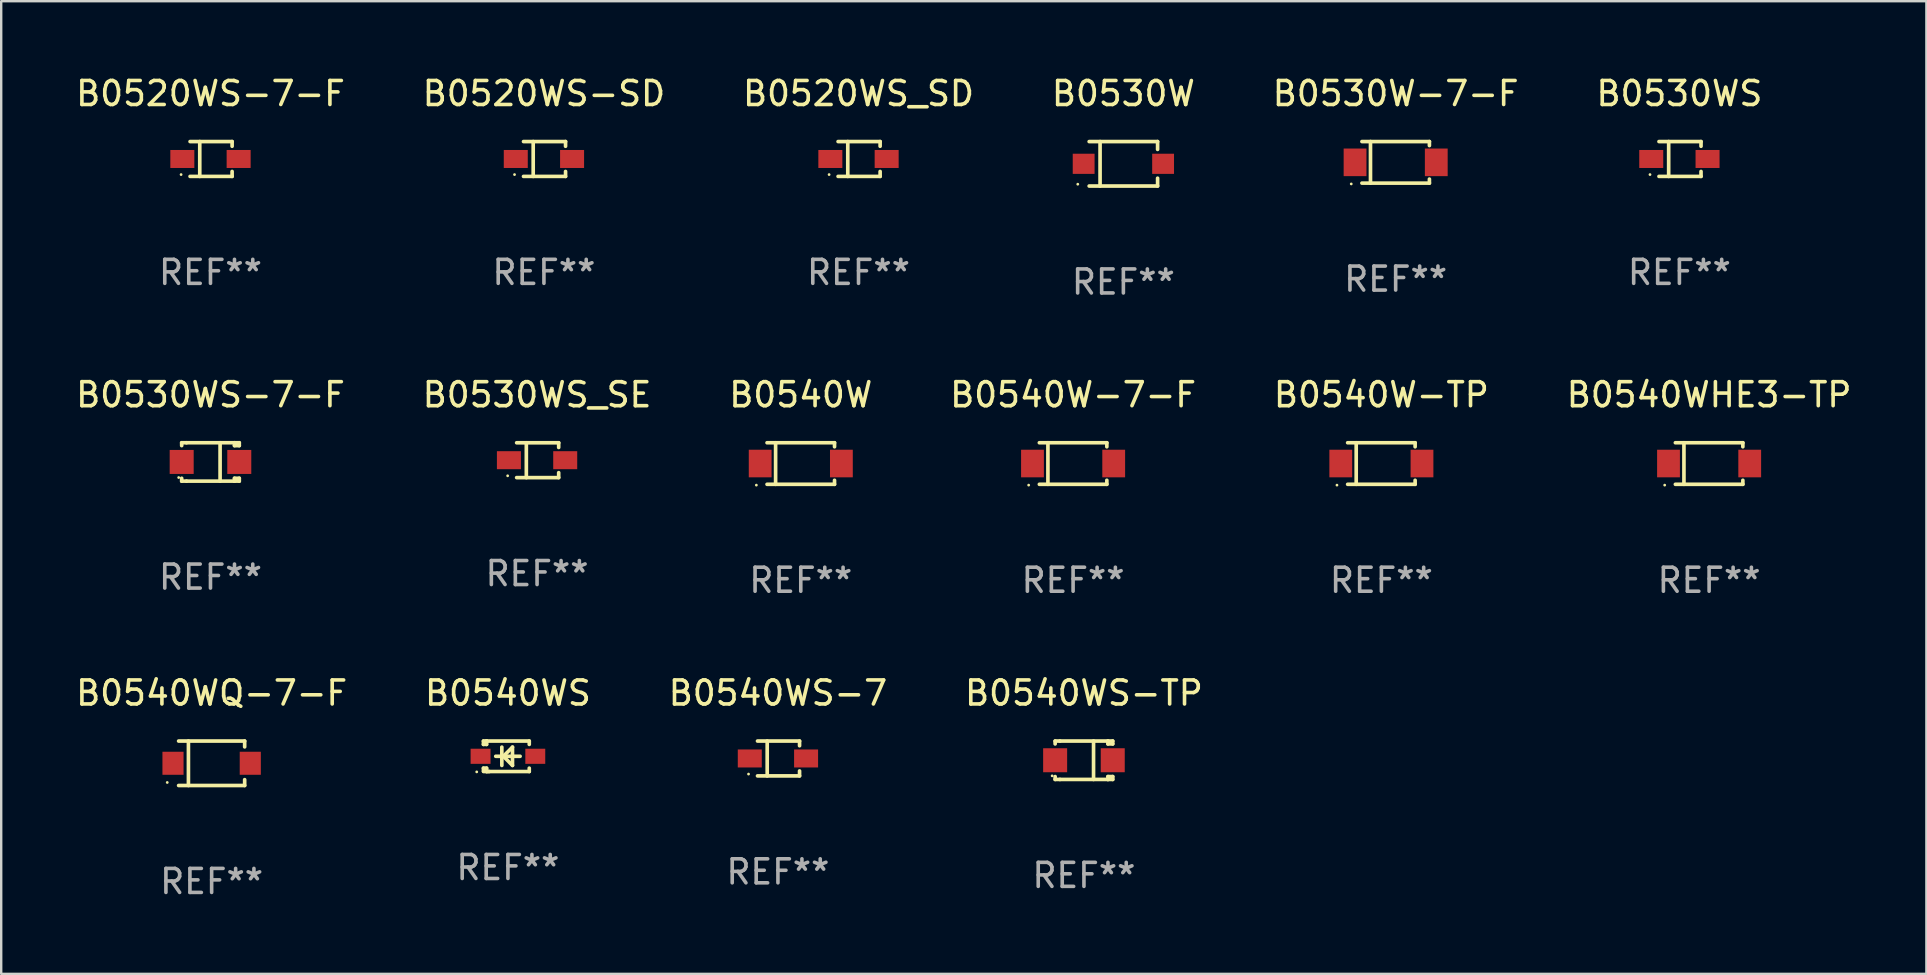
<source format=kicad_pcb>
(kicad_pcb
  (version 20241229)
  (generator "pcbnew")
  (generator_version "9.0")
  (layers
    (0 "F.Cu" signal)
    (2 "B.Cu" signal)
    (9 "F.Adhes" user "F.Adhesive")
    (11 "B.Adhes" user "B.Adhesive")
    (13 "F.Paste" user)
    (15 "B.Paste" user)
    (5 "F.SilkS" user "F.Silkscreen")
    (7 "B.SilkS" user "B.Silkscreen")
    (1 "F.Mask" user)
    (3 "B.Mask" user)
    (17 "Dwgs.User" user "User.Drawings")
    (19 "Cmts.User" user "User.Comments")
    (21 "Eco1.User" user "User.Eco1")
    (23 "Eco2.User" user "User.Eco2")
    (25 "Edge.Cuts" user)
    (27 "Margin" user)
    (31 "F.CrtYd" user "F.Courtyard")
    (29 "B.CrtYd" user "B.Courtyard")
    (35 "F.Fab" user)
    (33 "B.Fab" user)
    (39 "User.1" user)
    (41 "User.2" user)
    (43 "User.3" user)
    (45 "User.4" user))
  (footprint "B0540WS"
    (layer "F.Cu")
    (at 18.113 28.461)
    (property "Reference" "B0540WS" (at 0 -2.635 0) (layer "F.SilkS") (effects (font (size 1 1) (thickness 0.15))))
    (attr through_hole)
    (fp_line (start -1.02 -0.635) (end -1.02 -0.495) (stroke (width 0.152) (type solid)) (layer "F.SilkS"))
    (fp_line (start -1.02 -0.495) (end -0.889 -0.495) (stroke (width 0.152) (type solid)) (layer "F.SilkS"))
    (fp_line (start -1.02 0.495) (end -1.02 0.62) (stroke (width 0.152) (type solid)) (layer "F.SilkS"))
    (fp_line (start -1.02 0.495) (end -0.889 0.495) (stroke (width 0.152) (type solid)) (layer "F.SilkS"))
    (fp_line (start -0.889 -0.635) (end -1.02 -0.635) (stroke (width 0.152) (type solid)) (layer "F.SilkS"))
    (fp_line (start -0.889 -0.635) (end -0.889 -0.595) (stroke (width 0.152) (type solid)) (layer "F.SilkS"))
    (fp_line (start -0.889 -0.635) (end 0.889 -0.635) (stroke (width 0.152) (type solid)) (layer "F.SilkS"))
    (fp_line (start -0.889 -0.495) (end -0.889 -0.635) (stroke (width 0.152) (type solid)) (layer "F.SilkS"))
    (fp_line (start -0.889 0.595) (end -0.889 0.495) (stroke (width 0.152) (type solid)) (layer "F.SilkS"))
    (fp_line (start -0.889 0.595) (end -0.889 0.635) (stroke (width 0.152) (type solid)) (layer "F.SilkS"))
    (fp_line (start -0.889 0.635) (end 0.889 0.635) (stroke (width 0.152) (type solid)) (layer "F.SilkS"))
    (fp_line (start -0.776 0.635) (end -1.014 0.635) (stroke (width 0.152) (type solid)) (layer "F.SilkS"))
    (fp_line (start -0.254 -0.381) (end -0.254 0.381) (stroke (width 0.152) (type solid)) (layer "F.SilkS"))
    (fp_line (start -0.191 0) (end 0.19 -0.381) (stroke (width 0.152) (type solid)) (layer "F.SilkS"))
    (fp_line (start 0.19 -0.381) (end 0.19 0.381) (stroke (width 0.152) (type solid)) (layer "F.SilkS"))
    (fp_line (start 0.19 0.381) (end -0.191 0) (stroke (width 0.152) (type solid)) (layer "F.SilkS"))
    (fp_line (start 0.508 0) (end -0.508 0) (stroke (width 0.152) (type solid)) (layer "F.SilkS"))
    (fp_line (start 0.889 -0.635) (end 0.889 -0.495) (stroke (width 0.152) (type solid)) (layer "F.SilkS"))
    (fp_line (start 0.889 0.495) (end 0.889 0.635) (stroke (width 0.152) (type solid)) (layer "F.SilkS"))
    (fp_circle (center -1.3 0.65) (end -1.27 0.65) (stroke (width 0.06) (type solid)) (fill no) (layer "F.SilkS"))
    (fp_text user "REF**" (at 0 4.635 0) (layer "F.Fab") (effects (font (size 1 1) (thickness 0.15))))
    (pad "1" smd rect (at -1.14 0 90) (size 0.63 0.83) (layers "F.Cu" "F.Mask" "F.Paste"))
    (pad "2" smd rect (at 1.14 0 90) (size 0.63 0.83) (layers "F.Cu" "F.Mask" "F.Paste")))
  (footprint "B0540W-7-F"
    (layer "F.Cu")
    (at 41.661 16.263)
    (property "Reference" "B0540W-7-F" (at 0 -2.866 0) (layer "F.SilkS") (effects (font (size 1 1) (thickness 0.15))))
    (attr through_hole)
    (fp_line (start -1.406 -0.866) (end 1.406 -0.866) (stroke (width 0.152) (type solid)) (layer "F.SilkS"))
    (fp_line (start -1.406 0.866) (end 1.406 0.866) (stroke (width 0.152) (type solid)) (layer "F.SilkS"))
    (fp_line (start -1.049 -0.866) (end -1.049 0.866) (stroke (width 0.152) (type solid)) (layer "F.SilkS"))
    (fp_line (start 1.406 -0.866) (end 1.406 -0.698) (stroke (width 0.152) (type solid)) (layer "F.SilkS"))
    (fp_line (start 1.406 0.866) (end 1.406 0.698) (stroke (width 0.152) (type solid)) (layer "F.SilkS"))
    (fp_circle (center -1.851 0.9) (end -1.821 0.9) (stroke (width 0.06) (type solid)) (fill no) (layer "F.SilkS"))
    (fp_text user "REF**" (at 0 4.866 0) (layer "F.Fab") (effects (font (size 1 1) (thickness 0.15))))
    (pad "1" smd rect (at -1.692 0) (size 0.95 1.15) (layers "F.Cu" "F.Mask" "F.Paste"))
    (pad "2" smd rect (at 1.692 0) (size 0.95 1.15) (layers "F.Cu" "F.Mask" "F.Paste")))
  (footprint "B0540WHE3-TP"
    (layer "F.Cu")
    (at 68.161 16.263)
    (property "Reference" "B0540WHE3-TP" (at 0 -2.866 0) (layer "F.SilkS") (effects (font (size 1 1) (thickness 0.15))))
    (attr through_hole)
    (fp_line (start -1.406 -0.866) (end 1.406 -0.866) (stroke (width 0.152) (type solid)) (layer "F.SilkS"))
    (fp_line (start -1.406 0.866) (end 1.406 0.866) (stroke (width 0.152) (type solid)) (layer "F.SilkS"))
    (fp_line (start -1.049 -0.866) (end -1.049 0.866) (stroke (width 0.152) (type solid)) (layer "F.SilkS"))
    (fp_line (start 1.406 -0.866) (end 1.406 -0.698) (stroke (width 0.152) (type solid)) (layer "F.SilkS"))
    (fp_line (start 1.406 0.866) (end 1.406 0.698) (stroke (width 0.152) (type solid)) (layer "F.SilkS"))
    (fp_circle (center -1.851 0.9) (end -1.821 0.9) (stroke (width 0.06) (type solid)) (fill no) (layer "F.SilkS"))
    (fp_text user "REF**" (at 0 4.866 0) (layer "F.Fab") (effects (font (size 1 1) (thickness 0.15))))
    (pad "1" smd rect (at -1.692 0) (size 0.95 1.15) (layers "F.Cu" "F.Mask" "F.Paste"))
    (pad "2" smd rect (at 1.692 0) (size 0.95 1.15) (layers "F.Cu" "F.Mask" "F.Paste")))
  (footprint "B0540W"
    (layer "F.Cu")
    (at 30.315 16.263)
    (property "Reference" "B0540W" (at 0 -2.866 0) (layer "F.SilkS") (effects (font (size 1 1) (thickness 0.15))))
    (attr through_hole)
    (fp_line (start -1.406 -0.866) (end 1.406 -0.866) (stroke (width 0.152) (type solid)) (layer "F.SilkS"))
    (fp_line (start -1.406 0.866) (end 1.406 0.866) (stroke (width 0.152) (type solid)) (layer "F.SilkS"))
    (fp_line (start -1.049 -0.866) (end -1.049 0.866) (stroke (width 0.152) (type solid)) (layer "F.SilkS"))
    (fp_line (start 1.406 -0.866) (end 1.406 -0.698) (stroke (width 0.152) (type solid)) (layer "F.SilkS"))
    (fp_line (start 1.406 0.866) (end 1.406 0.698) (stroke (width 0.152) (type solid)) (layer "F.SilkS"))
    (fp_circle (center -1.851 0.9) (end -1.821 0.9) (stroke (width 0.06) (type solid)) (fill no) (layer "F.SilkS"))
    (fp_text user "REF**" (at 0 4.866 0) (layer "F.Fab") (effects (font (size 1 1) (thickness 0.15))))
    (pad "1" smd rect (at -1.692 0) (size 0.95 1.15) (layers "F.Cu" "F.Mask" "F.Paste"))
    (pad "2" smd rect (at 1.692 0) (size 0.95 1.15) (layers "F.Cu" "F.Mask" "F.Paste")))
  (footprint "B0530W-7-F"
    (layer "F.Cu")
    (at 55.101 3.714)
    (property "Reference" "B0530W-7-F" (at 0 -2.866 0) (layer "F.SilkS") (effects (font (size 1 1) (thickness 0.15))))
    (attr through_hole)
    (fp_line (start -1.406 -0.866) (end 1.406 -0.866) (stroke (width 0.152) (type solid)) (layer "F.SilkS"))
    (fp_line (start -1.406 0.866) (end 1.406 0.866) (stroke (width 0.152) (type solid)) (layer "F.SilkS"))
    (fp_line (start -1.049 -0.866) (end -1.049 0.866) (stroke (width 0.152) (type solid)) (layer "F.SilkS"))
    (fp_line (start 1.406 -0.866) (end 1.406 -0.698) (stroke (width 0.152) (type solid)) (layer "F.SilkS"))
    (fp_line (start 1.406 0.866) (end 1.406 0.698) (stroke (width 0.152) (type solid)) (layer "F.SilkS"))
    (fp_circle (center -1.851 0.9) (end -1.821 0.9) (stroke (width 0.06) (type solid)) (fill no) (layer "F.SilkS"))
    (fp_text user "REF**" (at 0 4.866 0) (layer "F.Fab") (effects (font (size 1 1) (thickness 0.15))))
    (pad "1" smd rect (at -1.692 0) (size 0.95 1.15) (layers "F.Cu" "F.Mask" "F.Paste"))
    (pad "2" smd rect (at 1.692 0) (size 0.95 1.15) (layers "F.Cu" "F.Mask" "F.Paste")))
  (footprint "B0540WQ-7-F"
    (layer "F.Cu")
    (at 5.768 28.752)
    (property "Reference" "B0540WQ-7-F" (at 0 -2.926 0) (layer "F.SilkS") (effects (font (size 1 1) (thickness 0.15))))
    (attr through_hole)
    (fp_line (start -1.376 -0.926) (end 1.376 -0.926) (stroke (width 0.152) (type solid)) (layer "F.SilkS"))
    (fp_line (start -1.376 0.926) (end 1.376 0.926) (stroke (width 0.152) (type solid)) (layer "F.SilkS"))
    (fp_line (start -0.967 -0.926) (end -0.967 0.926) (stroke (width 0.152) (type solid)) (layer "F.SilkS"))
    (fp_line (start 1.376 -0.926) (end 1.376 -0.683) (stroke (width 0.152) (type solid)) (layer "F.SilkS"))
    (fp_line (start 1.376 0.926) (end 1.376 0.683) (stroke (width 0.152) (type solid)) (layer "F.SilkS"))
    (fp_circle (center -1.85 0.8) (end -1.82 0.8) (stroke (width 0.06) (type solid)) (fill no) (layer "F.SilkS"))
    (fp_text user "REF**" (at 0 4.926 0) (layer "F.Fab") (effects (font (size 1 1) (thickness 0.15))))
    (pad "1" smd rect (at -1.61 -0.000076) (size 0.88 0.96) (layers "F.Cu" "F.Mask" "F.Paste"))
    (pad "2" smd rect (at 1.61 -0.000076) (size 0.88 0.96) (layers "F.Cu" "F.Mask" "F.Paste")))
  (footprint "B0520WS-7-F"
    (layer "F.Cu")
    (at 5.72 3.574)
    (property "Reference" "B0520WS-7-F" (at 0 -2.726 0) (layer "F.SilkS") (effects (font (size 1 1) (thickness 0.15))))
    (attr through_hole)
    (fp_line (start -0.851 -0.726) (end 0.901 -0.726) (stroke (width 0.152) (type solid)) (layer "F.SilkS"))
    (fp_line (start -0.851 0.726) (end 0.901 0.726) (stroke (width 0.152) (type solid)) (layer "F.SilkS"))
    (fp_line (start -0.447 -0.726) (end -0.447 0.726) (stroke (width 0.152) (type solid)) (layer "F.SilkS"))
    (fp_line (start 0.901 -0.726) (end 0.901 -0.53) (stroke (width 0.152) (type solid)) (layer "F.SilkS"))
    (fp_line (start 0.901 0.726) (end 0.901 0.52) (stroke (width 0.152) (type solid)) (layer "F.SilkS"))
    (fp_circle (center -1.225 0.65) (end -1.195 0.65) (stroke (width 0.06) (type solid)) (fill no) (layer "F.SilkS"))
    (fp_text user "REF**" (at 0 4.726 0) (layer "F.Fab") (effects (font (size 1 1) (thickness 0.15))))
    (pad "1" smd rect (at -1.173 0) (size 1 0.75) (layers "F.Cu" "F.Mask" "F.Paste"))
    (pad "2" smd rect (at 1.173 0) (size 1 0.75) (layers "F.Cu" "F.Mask" "F.Paste")))
  (footprint "B0530WS-7-F"
    (layer "F.Cu")
    (at 5.72 16.197)
    (property "Reference" "B0530WS-7-F" (at 0 -2.8 0) (layer "F.SilkS") (effects (font (size 1 1) (thickness 0.15))))
    (attr through_hole)
    (fp_line (start -1.2 -0.8) (end -1.2 -0.68) (stroke (width 0.152) (type solid)) (layer "F.SilkS"))
    (fp_line (start -1.2 0.68) (end -1.2 0.8) (stroke (width 0.152) (type solid)) (layer "F.SilkS"))
    (fp_line (start -1.2 0.8) (end -1 0.8) (stroke (width 0.152) (type solid)) (layer "F.SilkS"))
    (fp_line (start -1 -0.8) (end -1.2 -0.8) (stroke (width 0.152) (type solid)) (layer "F.SilkS"))
    (fp_line (start -1 -0.8) (end 1 -0.8) (stroke (width 0.152) (type solid)) (layer "F.SilkS"))
    (fp_line (start -1 0.8) (end 1 0.8) (stroke (width 0.152) (type solid)) (layer "F.SilkS"))
    (fp_line (start 0.4 -0.8) (end 0.4 0.8) (stroke (width 0.152) (type solid)) (layer "F.SilkS"))
    (fp_line (start 1 -0.8) (end 1 -0.68) (stroke (width 0.152) (type solid)) (layer "F.SilkS"))
    (fp_line (start 1 -0.8) (end 1.2 -0.8) (stroke (width 0.152) (type solid)) (layer "F.SilkS"))
    (fp_line (start 1 0.68) (end 1 0.8) (stroke (width 0.152) (type solid)) (layer "F.SilkS"))
    (fp_line (start 1 0.68) (end 1.2 0.68) (stroke (width 0.152) (type solid)) (layer "F.SilkS"))
    (fp_line (start 1.2 -0.8) (end 1.2 -0.68) (stroke (width 0.152) (type solid)) (layer "F.SilkS"))
    (fp_line (start 1.2 -0.68) (end 1 -0.68) (stroke (width 0.152) (type solid)) (layer "F.SilkS"))
    (fp_line (start 1.2 0.68) (end 1.2 0.8) (stroke (width 0.152) (type solid)) (layer "F.SilkS"))
    (fp_line (start 1.2 0.8) (end 1 0.8) (stroke (width 0.152) (type solid)) (layer "F.SilkS"))
    (fp_circle (center -1.325 0.65) (end -1.295 0.65) (stroke (width 0.06) (type solid)) (fill no) (layer "F.SilkS"))
    (fp_text user "REF**" (at 0 4.8 0) (layer "F.Fab") (effects (font (size 1 1) (thickness 0.15))))
    (pad "1" smd rect (at -1.2 0 180) (size 1 1) (layers "F.Cu" "F.Mask" "F.Paste"))
    (pad "2" smd rect (at 1.2 0 180) (size 1 1) (layers "F.Cu" "F.Mask" "F.Paste")))
  (footprint "B0530WS_SE"
    (layer "F.Cu")
    (at 19.327 16.124)
    (property "Reference" "B0530WS_SE" (at 0 -2.726 0) (layer "F.SilkS") (effects (font (size 1 1) (thickness 0.15))))
    (attr through_hole)
    (fp_line (start -0.851 -0.726) (end 0.901 -0.726) (stroke (width 0.152) (type solid)) (layer "F.SilkS"))
    (fp_line (start -0.851 0.726) (end 0.901 0.726) (stroke (width 0.152) (type solid)) (layer "F.SilkS"))
    (fp_line (start -0.447 -0.726) (end -0.447 0.726) (stroke (width 0.152) (type solid)) (layer "F.SilkS"))
    (fp_line (start 0.901 -0.726) (end 0.901 -0.53) (stroke (width 0.152) (type solid)) (layer "F.SilkS"))
    (fp_line (start 0.901 0.726) (end 0.901 0.52) (stroke (width 0.152) (type solid)) (layer "F.SilkS"))
    (fp_circle (center -1.225 0.65) (end -1.195 0.65) (stroke (width 0.06) (type solid)) (fill no) (layer "F.SilkS"))
    (fp_text user "REF**" (at 0 4.726 0) (layer "F.Fab") (effects (font (size 1 1) (thickness 0.15))))
    (pad "1" smd rect (at -1.173 0) (size 1 0.75) (layers "F.Cu" "F.Mask" "F.Paste"))
    (pad "2" smd rect (at 1.173 0) (size 1 0.75) (layers "F.Cu" "F.Mask" "F.Paste")))
  (footprint "B0520WS-SD"
    (layer "F.Cu")
    (at 19.613 3.574)
    (property "Reference" "B0520WS-SD" (at 0 -2.726 0) (layer "F.SilkS") (effects (font (size 1 1) (thickness 0.15))))
    (attr through_hole)
    (fp_line (start -0.851 -0.726) (end 0.901 -0.726) (stroke (width 0.152) (type solid)) (layer "F.SilkS"))
    (fp_line (start -0.851 0.726) (end 0.901 0.726) (stroke (width 0.152) (type solid)) (layer "F.SilkS"))
    (fp_line (start -0.447 -0.726) (end -0.447 0.726) (stroke (width 0.152) (type solid)) (layer "F.SilkS"))
    (fp_line (start 0.901 -0.726) (end 0.901 -0.53) (stroke (width 0.152) (type solid)) (layer "F.SilkS"))
    (fp_line (start 0.901 0.726) (end 0.901 0.52) (stroke (width 0.152) (type solid)) (layer "F.SilkS"))
    (fp_circle (center -1.225 0.65) (end -1.195 0.65) (stroke (width 0.06) (type solid)) (fill no) (layer "F.SilkS"))
    (fp_text user "REF**" (at 0 4.726 0) (layer "F.Fab") (effects (font (size 1 1) (thickness 0.15))))
    (pad "1" smd rect (at -1.173 0) (size 1 0.75) (layers "F.Cu" "F.Mask" "F.Paste"))
    (pad "2" smd rect (at 1.173 0) (size 1 0.75) (layers "F.Cu" "F.Mask" "F.Paste")))
  (footprint "B0530WS"
    (layer "F.Cu")
    (at 66.923 3.574)
    (property "Reference" "B0530WS" (at 0 -2.726 0) (layer "F.SilkS") (effects (font (size 1 1) (thickness 0.15))))
    (attr through_hole)
    (fp_line (start -0.851 -0.726) (end 0.901 -0.726) (stroke (width 0.152) (type solid)) (layer "F.SilkS"))
    (fp_line (start -0.851 0.726) (end 0.901 0.726) (stroke (width 0.152) (type solid)) (layer "F.SilkS"))
    (fp_line (start -0.447 -0.726) (end -0.447 0.726) (stroke (width 0.152) (type solid)) (layer "F.SilkS"))
    (fp_line (start 0.901 -0.726) (end 0.901 -0.53) (stroke (width 0.152) (type solid)) (layer "F.SilkS"))
    (fp_line (start 0.901 0.726) (end 0.901 0.52) (stroke (width 0.152) (type solid)) (layer "F.SilkS"))
    (fp_circle (center -1.225 0.65) (end -1.195 0.65) (stroke (width 0.06) (type solid)) (fill no) (layer "F.SilkS"))
    (fp_text user "REF**" (at 0 4.726 0) (layer "F.Fab") (effects (font (size 1 1) (thickness 0.15))))
    (pad "1" smd rect (at -1.173 0) (size 1 0.75) (layers "F.Cu" "F.Mask" "F.Paste"))
    (pad "2" smd rect (at 1.173 0) (size 1 0.75) (layers "F.Cu" "F.Mask" "F.Paste")))
  (footprint "B0540W-TP"
    (layer "F.Cu")
    (at 54.506 16.263)
    (property "Reference" "B0540W-TP" (at 0 -2.866 0) (layer "F.SilkS") (effects (font (size 1 1) (thickness 0.15))))
    (attr through_hole)
    (fp_line (start -1.406 -0.866) (end 1.406 -0.866) (stroke (width 0.152) (type solid)) (layer "F.SilkS"))
    (fp_line (start -1.406 0.866) (end 1.406 0.866) (stroke (width 0.152) (type solid)) (layer "F.SilkS"))
    (fp_line (start -1.049 -0.866) (end -1.049 0.866) (stroke (width 0.152) (type solid)) (layer "F.SilkS"))
    (fp_line (start 1.406 -0.866) (end 1.406 -0.698) (stroke (width 0.152) (type solid)) (layer "F.SilkS"))
    (fp_line (start 1.406 0.866) (end 1.406 0.698) (stroke (width 0.152) (type solid)) (layer "F.SilkS"))
    (fp_circle (center -1.851 0.9) (end -1.821 0.9) (stroke (width 0.06) (type solid)) (fill no) (layer "F.SilkS"))
    (fp_text user "REF**" (at 0 4.866 0) (layer "F.Fab") (effects (font (size 1 1) (thickness 0.15))))
    (pad "1" smd rect (at -1.692 0) (size 0.95 1.15) (layers "F.Cu" "F.Mask" "F.Paste"))
    (pad "2" smd rect (at 1.692 0) (size 0.95 1.15) (layers "F.Cu" "F.Mask" "F.Paste")))
  (footprint "B0540WS-TP"
    (layer "F.Cu")
    (at 42.113 28.626)
    (property "Reference" "B0540WS-TP" (at 0 -2.8 0) (layer "F.SilkS") (effects (font (size 1 1) (thickness 0.15))))
    (attr through_hole)
    (fp_line (start -1.2 -0.8) (end -1.2 -0.68) (stroke (width 0.152) (type solid)) (layer "F.SilkS"))
    (fp_line (start -1.2 0.68) (end -1.2 0.8) (stroke (width 0.152) (type solid)) (layer "F.SilkS"))
    (fp_line (start -1.2 0.8) (end -1 0.8) (stroke (width 0.152) (type solid)) (layer "F.SilkS"))
    (fp_line (start -1 -0.8) (end -1.2 -0.8) (stroke (width 0.152) (type solid)) (layer "F.SilkS"))
    (fp_line (start -1 -0.8) (end 1 -0.8) (stroke (width 0.152) (type solid)) (layer "F.SilkS"))
    (fp_line (start -1 0.8) (end 1 0.8) (stroke (width 0.152) (type solid)) (layer "F.SilkS"))
    (fp_line (start 0.4 -0.8) (end 0.4 0.8) (stroke (width 0.152) (type solid)) (layer "F.SilkS"))
    (fp_line (start 1 -0.8) (end 1 -0.68) (stroke (width 0.152) (type solid)) (layer "F.SilkS"))
    (fp_line (start 1 -0.8) (end 1.2 -0.8) (stroke (width 0.152) (type solid)) (layer "F.SilkS"))
    (fp_line (start 1 0.68) (end 1 0.8) (stroke (width 0.152) (type solid)) (layer "F.SilkS"))
    (fp_line (start 1 0.68) (end 1.2 0.68) (stroke (width 0.152) (type solid)) (layer "F.SilkS"))
    (fp_line (start 1.2 -0.8) (end 1.2 -0.68) (stroke (width 0.152) (type solid)) (layer "F.SilkS"))
    (fp_line (start 1.2 -0.68) (end 1 -0.68) (stroke (width 0.152) (type solid)) (layer "F.SilkS"))
    (fp_line (start 1.2 0.68) (end 1.2 0.8) (stroke (width 0.152) (type solid)) (layer "F.SilkS"))
    (fp_line (start 1.2 0.8) (end 1 0.8) (stroke (width 0.152) (type solid)) (layer "F.SilkS"))
    (fp_circle (center -1.325 0.65) (end -1.295 0.65) (stroke (width 0.06) (type solid)) (fill no) (layer "F.SilkS"))
    (fp_text user "REF**" (at 0 4.8 0) (layer "F.Fab") (effects (font (size 1 1) (thickness 0.15))))
    (pad "1" smd rect (at -1.2 0 180) (size 1 1) (layers "F.Cu" "F.Mask" "F.Paste"))
    (pad "2" smd rect (at 1.2 0 180) (size 1 1) (layers "F.Cu" "F.Mask" "F.Paste")))
  (footprint "B0520WS_SD"
    (layer "F.Cu")
    (at 32.72 3.574)
    (property "Reference" "B0520WS_SD" (at 0 -2.726 0) (layer "F.SilkS") (effects (font (size 1 1) (thickness 0.15))))
    (attr through_hole)
    (fp_line (start -0.851 -0.726) (end 0.901 -0.726) (stroke (width 0.152) (type solid)) (layer "F.SilkS"))
    (fp_line (start -0.851 0.726) (end 0.901 0.726) (stroke (width 0.152) (type solid)) (layer "F.SilkS"))
    (fp_line (start -0.447 -0.726) (end -0.447 0.726) (stroke (width 0.152) (type solid)) (layer "F.SilkS"))
    (fp_line (start 0.901 -0.726) (end 0.901 -0.53) (stroke (width 0.152) (type solid)) (layer "F.SilkS"))
    (fp_line (start 0.901 0.726) (end 0.901 0.52) (stroke (width 0.152) (type solid)) (layer "F.SilkS"))
    (fp_circle (center -1.225 0.65) (end -1.195 0.65) (stroke (width 0.06) (type solid)) (fill no) (layer "F.SilkS"))
    (fp_text user "REF**" (at 0 4.726 0) (layer "F.Fab") (effects (font (size 1 1) (thickness 0.15))))
    (pad "1" smd rect (at -1.173 0) (size 1 0.75) (layers "F.Cu" "F.Mask" "F.Paste"))
    (pad "2" smd rect (at 1.173 0) (size 1 0.75) (layers "F.Cu" "F.Mask" "F.Paste")))
  (footprint "B0530W"
    (layer "F.Cu")
    (at 43.756 3.775)
    (property "Reference" "B0530W" (at 0 -2.926 0) (layer "F.SilkS") (effects (font (size 1 1) (thickness 0.15))))
    (attr through_hole)
    (fp_line (start -1.426 0.926) (end 1.426 0.926) (stroke (width 0.152) (type solid)) (layer "F.SilkS"))
    (fp_line (start -1.426 -0.926) (end 1.426 -0.926) (stroke (width 0.152) (type solid)) (layer "F.SilkS"))
    (fp_line (start -0.971 0.926) (end -0.971 -0.926) (stroke (width 0.152) (type solid)) (layer "F.SilkS"))
    (fp_line (start 1.426 -0.926) (end 1.426 -0.6) (stroke (width 0.152) (type solid)) (layer "F.SilkS"))
    (fp_line (start 1.426 0.6) (end 1.426 0.926) (stroke (width 0.152) (type solid)) (layer "F.SilkS"))
    (fp_circle (center -1.9 0.85) (end -1.87 0.85) (stroke (width 0.06) (type solid)) (fill no) (layer "F.SilkS"))
    (fp_text user "REF**" (at 0 4.926 0) (layer "F.Fab") (effects (font (size 1 1) (thickness 0.15))))
    (pad "1" smd rect (at -1.655 -0.000064) (size 0.91 0.84) (layers "F.Cu" "F.Mask" "F.Paste"))
    (pad "2" smd rect (at 1.655 -0.000064) (size 0.91 0.84) (layers "F.Cu" "F.Mask" "F.Paste")))
  (footprint "B0540WS-7"
    (layer "F.Cu")
    (at 29.363 28.552)
    (property "Reference" "B0540WS-7" (at 0 -2.726 0) (layer "F.SilkS") (effects (font (size 1 1) (thickness 0.15))))
    (attr through_hole)
    (fp_line (start -0.851 -0.726) (end 0.901 -0.726) (stroke (width 0.152) (type solid)) (layer "F.SilkS"))
    (fp_line (start -0.851 0.726) (end 0.901 0.726) (stroke (width 0.152) (type solid)) (layer "F.SilkS"))
    (fp_line (start -0.447 -0.726) (end -0.447 0.726) (stroke (width 0.152) (type solid)) (layer "F.SilkS"))
    (fp_line (start 0.901 -0.726) (end 0.901 -0.53) (stroke (width 0.152) (type solid)) (layer "F.SilkS"))
    (fp_line (start 0.901 0.726) (end 0.901 0.52) (stroke (width 0.152) (type solid)) (layer "F.SilkS"))
    (fp_circle (center -1.225 0.65) (end -1.195 0.65) (stroke (width 0.06) (type solid)) (fill no) (layer "F.SilkS"))
    (fp_text user "REF**" (at 0 4.726 0) (layer "F.Fab") (effects (font (size 1 1) (thickness 0.15))))
    (pad "1" smd rect (at -1.173 0) (size 1 0.75) (layers "F.Cu" "F.Mask" "F.Paste"))
    (pad "2" smd rect (at 1.173 0) (size 1 0.75) (layers "F.Cu" "F.Mask" "F.Paste")))
  (gr_rect
    (start -3 -3)
    (end 77.214 37.527)
    (stroke (width 0.1) (type default))
    (fill no)
    (layer "Edge.Cuts")))
</source>
